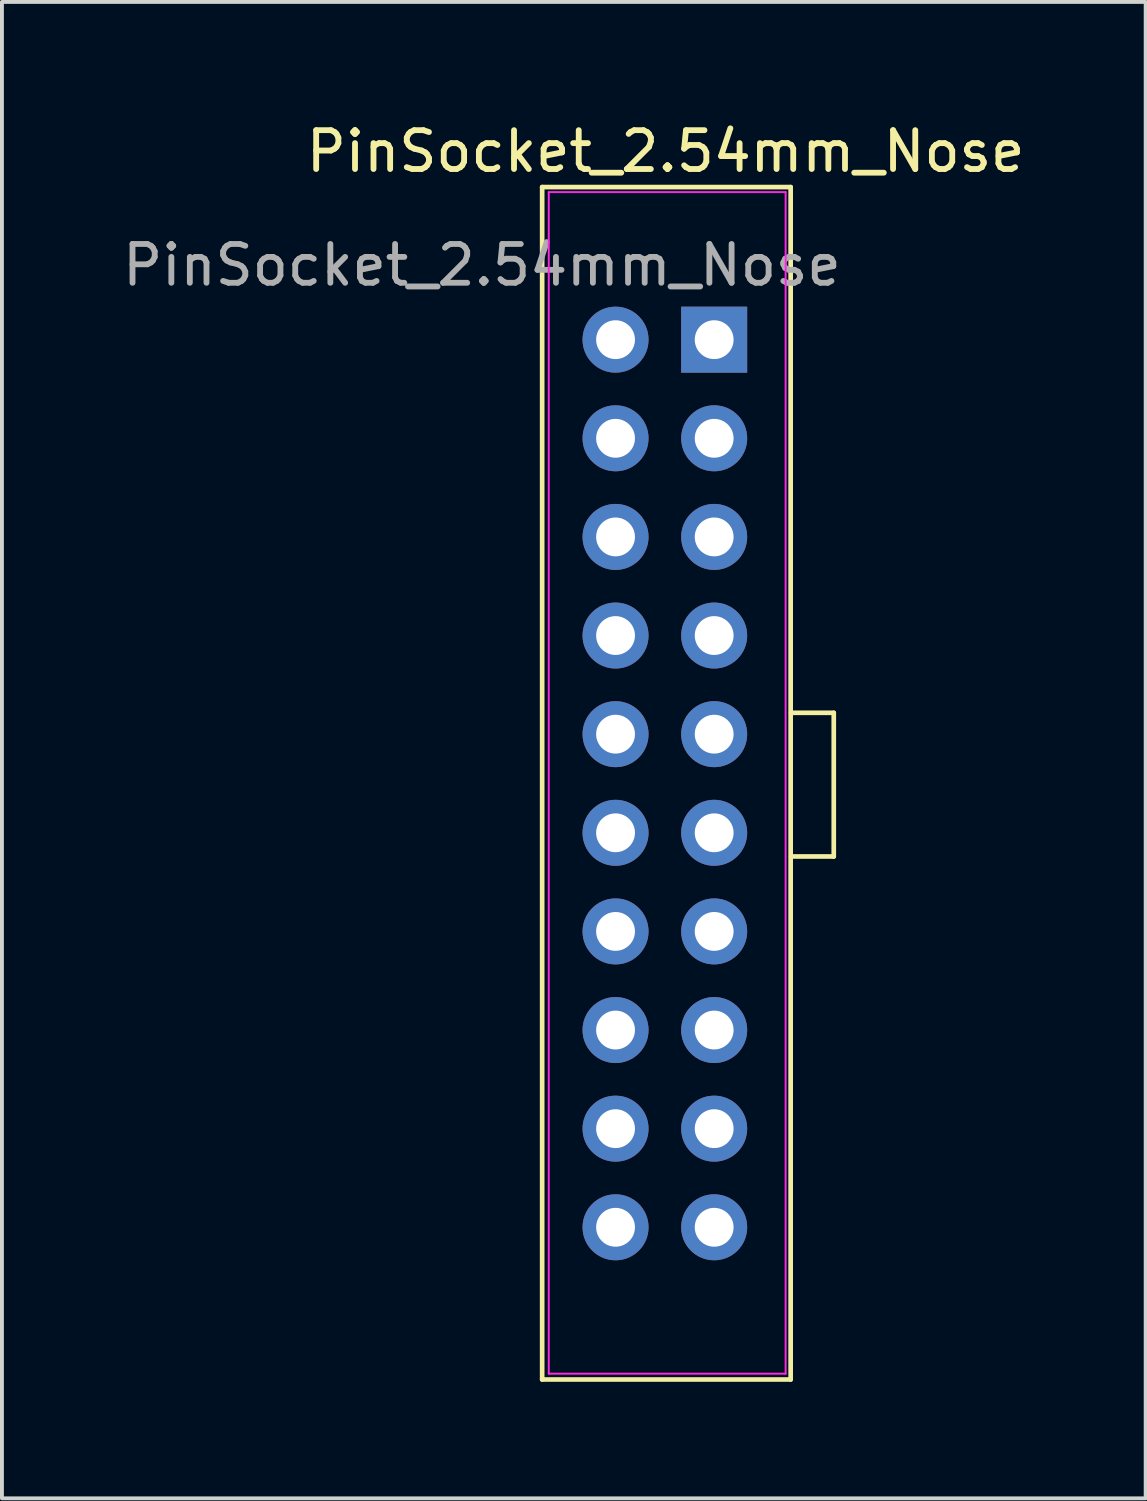
<source format=kicad_pcb>
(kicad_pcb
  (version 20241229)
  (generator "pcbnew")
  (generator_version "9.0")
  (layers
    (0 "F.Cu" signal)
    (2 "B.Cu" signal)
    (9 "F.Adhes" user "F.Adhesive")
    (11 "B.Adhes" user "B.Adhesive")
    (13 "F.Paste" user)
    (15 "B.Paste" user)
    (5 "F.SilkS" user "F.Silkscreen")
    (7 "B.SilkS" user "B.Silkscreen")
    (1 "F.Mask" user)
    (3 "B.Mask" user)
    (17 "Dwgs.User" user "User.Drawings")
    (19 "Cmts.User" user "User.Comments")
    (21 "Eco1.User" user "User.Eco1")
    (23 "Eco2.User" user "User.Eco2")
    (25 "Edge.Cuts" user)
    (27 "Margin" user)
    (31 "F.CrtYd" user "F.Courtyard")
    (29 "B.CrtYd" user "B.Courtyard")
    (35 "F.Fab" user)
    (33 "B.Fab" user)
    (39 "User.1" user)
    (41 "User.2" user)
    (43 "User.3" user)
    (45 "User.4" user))
  (footprint "PinSocket_2.54mm_Nose"
    (layer "F.Cu")
    (at 14.093 17.098)
    (property "Reference" "PinSocket_2.54mm_Nose" (at 0 -16.25 0) (unlocked yes) (layer "F.SilkS") (effects (font (size 1 1) (thickness 0.15))))
    (attr smd)
    (fp_line (start -3.18 -15.33) (end -3.18 15.38) (stroke (width 0.12) (type solid)) (layer "F.SilkS"))
    (fp_line (start 3.22 -15.33) (end -3.18 -15.33) (stroke (width 0.12) (type solid)) (layer "F.SilkS"))
    (fp_line (start 3.22 -15.33) (end 3.22 15.38) (stroke (width 0.12) (type solid)) (layer "F.SilkS"))
    (fp_line (start 3.22 15.38) (end -3.18 15.38) (stroke (width 0.12) (type solid)) (layer "F.SilkS"))
    (fp_line (start 3.23 -1.79) (end 4.33 -1.79) (stroke (width 0.12) (type solid)) (layer "F.SilkS"))
    (fp_line (start 4.33 -1.79) (end 4.33 1.91) (stroke (width 0.12) (type solid)) (layer "F.SilkS"))
    (fp_line (start 4.33 1.91) (end 3.23 1.91) (stroke (width 0.12) (type solid)) (layer "F.SilkS"))
    (fp_line (start -3.01 -15.2) (end -3.01 15.23) (stroke (width 0.05) (type solid)) (layer "F.CrtYd"))
    (fp_line (start -3.01 15.23) (end 3.09 15.23) (stroke (width 0.05) (type solid)) (layer "F.CrtYd"))
    (fp_line (start 3.09 -15.2) (end -3.01 -15.2) (stroke (width 0.05) (type solid)) (layer "F.CrtYd"))
    (fp_line (start 3.09 15.23) (end 3.09 -15.2) (stroke (width 0.05) (type solid)) (layer "F.CrtYd"))
    (fp_text user "${REFERENCE}" (at -4.73 -13.32 0) (layer "F.Fab") (effects (font (size 1 1) (thickness 0.15))))
    (pad "1" thru_hole rect (at 1.25 -11.4) (size 1.7 1.7) (drill 1) (layers "*.Cu" "*.Mask"))
    (pad "2" thru_hole oval (at -1.29 -11.4) (size 1.7 1.7) (drill 1) (layers "*.Cu" "*.Mask"))
    (pad "3" thru_hole oval (at 1.25 -8.86) (size 1.7 1.7) (drill 1) (layers "*.Cu" "*.Mask"))
    (pad "4" thru_hole oval (at -1.29 -8.86) (size 1.7 1.7) (drill 1) (layers "*.Cu" "*.Mask"))
    (pad "5" thru_hole oval (at 1.25 -6.32) (size 1.7 1.7) (drill 1) (layers "*.Cu" "*.Mask"))
    (pad "6" thru_hole oval (at -1.29 -6.32) (size 1.7 1.7) (drill 1) (layers "*.Cu" "*.Mask"))
    (pad "7" thru_hole oval (at 1.25 -3.78) (size 1.7 1.7) (drill 1) (layers "*.Cu" "*.Mask"))
    (pad "8" thru_hole oval (at -1.29 -3.78) (size 1.7 1.7) (drill 1) (layers "*.Cu" "*.Mask"))
    (pad "9" thru_hole oval (at 1.25 -1.24) (size 1.7 1.7) (drill 1) (layers "*.Cu" "*.Mask"))
    (pad "10" thru_hole oval (at -1.29 -1.24) (size 1.7 1.7) (drill 1) (layers "*.Cu" "*.Mask"))
    (pad "11" thru_hole oval (at 1.25 1.3) (size 1.7 1.7) (drill 1) (layers "*.Cu" "*.Mask"))
    (pad "12" thru_hole oval (at -1.29 1.3) (size 1.7 1.7) (drill 1) (layers "*.Cu" "*.Mask"))
    (pad "13" thru_hole oval (at 1.25 3.84) (size 1.7 1.7) (drill 1) (layers "*.Cu" "*.Mask"))
    (pad "14" thru_hole oval (at -1.29 3.84) (size 1.7 1.7) (drill 1) (layers "*.Cu" "*.Mask"))
    (pad "15" thru_hole oval (at 1.25 6.38) (size 1.7 1.7) (drill 1) (layers "*.Cu" "*.Mask"))
    (pad "16" thru_hole oval (at -1.29 6.38) (size 1.7 1.7) (drill 1) (layers "*.Cu" "*.Mask"))
    (pad "17" thru_hole oval (at 1.25 8.92) (size 1.7 1.7) (drill 1) (layers "*.Cu" "*.Mask"))
    (pad "18" thru_hole oval (at -1.29 8.92) (size 1.7 1.7) (drill 1) (layers "*.Cu" "*.Mask"))
    (pad "19" thru_hole oval (at 1.25 11.46) (size 1.7 1.7) (drill 1) (layers "*.Cu" "*.Mask"))
    (pad "20" thru_hole oval (at -1.29 11.46) (size 1.7 1.7) (drill 1) (layers "*.Cu" "*.Mask")))
  (gr_rect
    (start -3 -3)
    (end 26.456 35.538)
    (stroke (width 0.1) (type default))
    (fill no)
    (layer "Edge.Cuts")))
</source>
